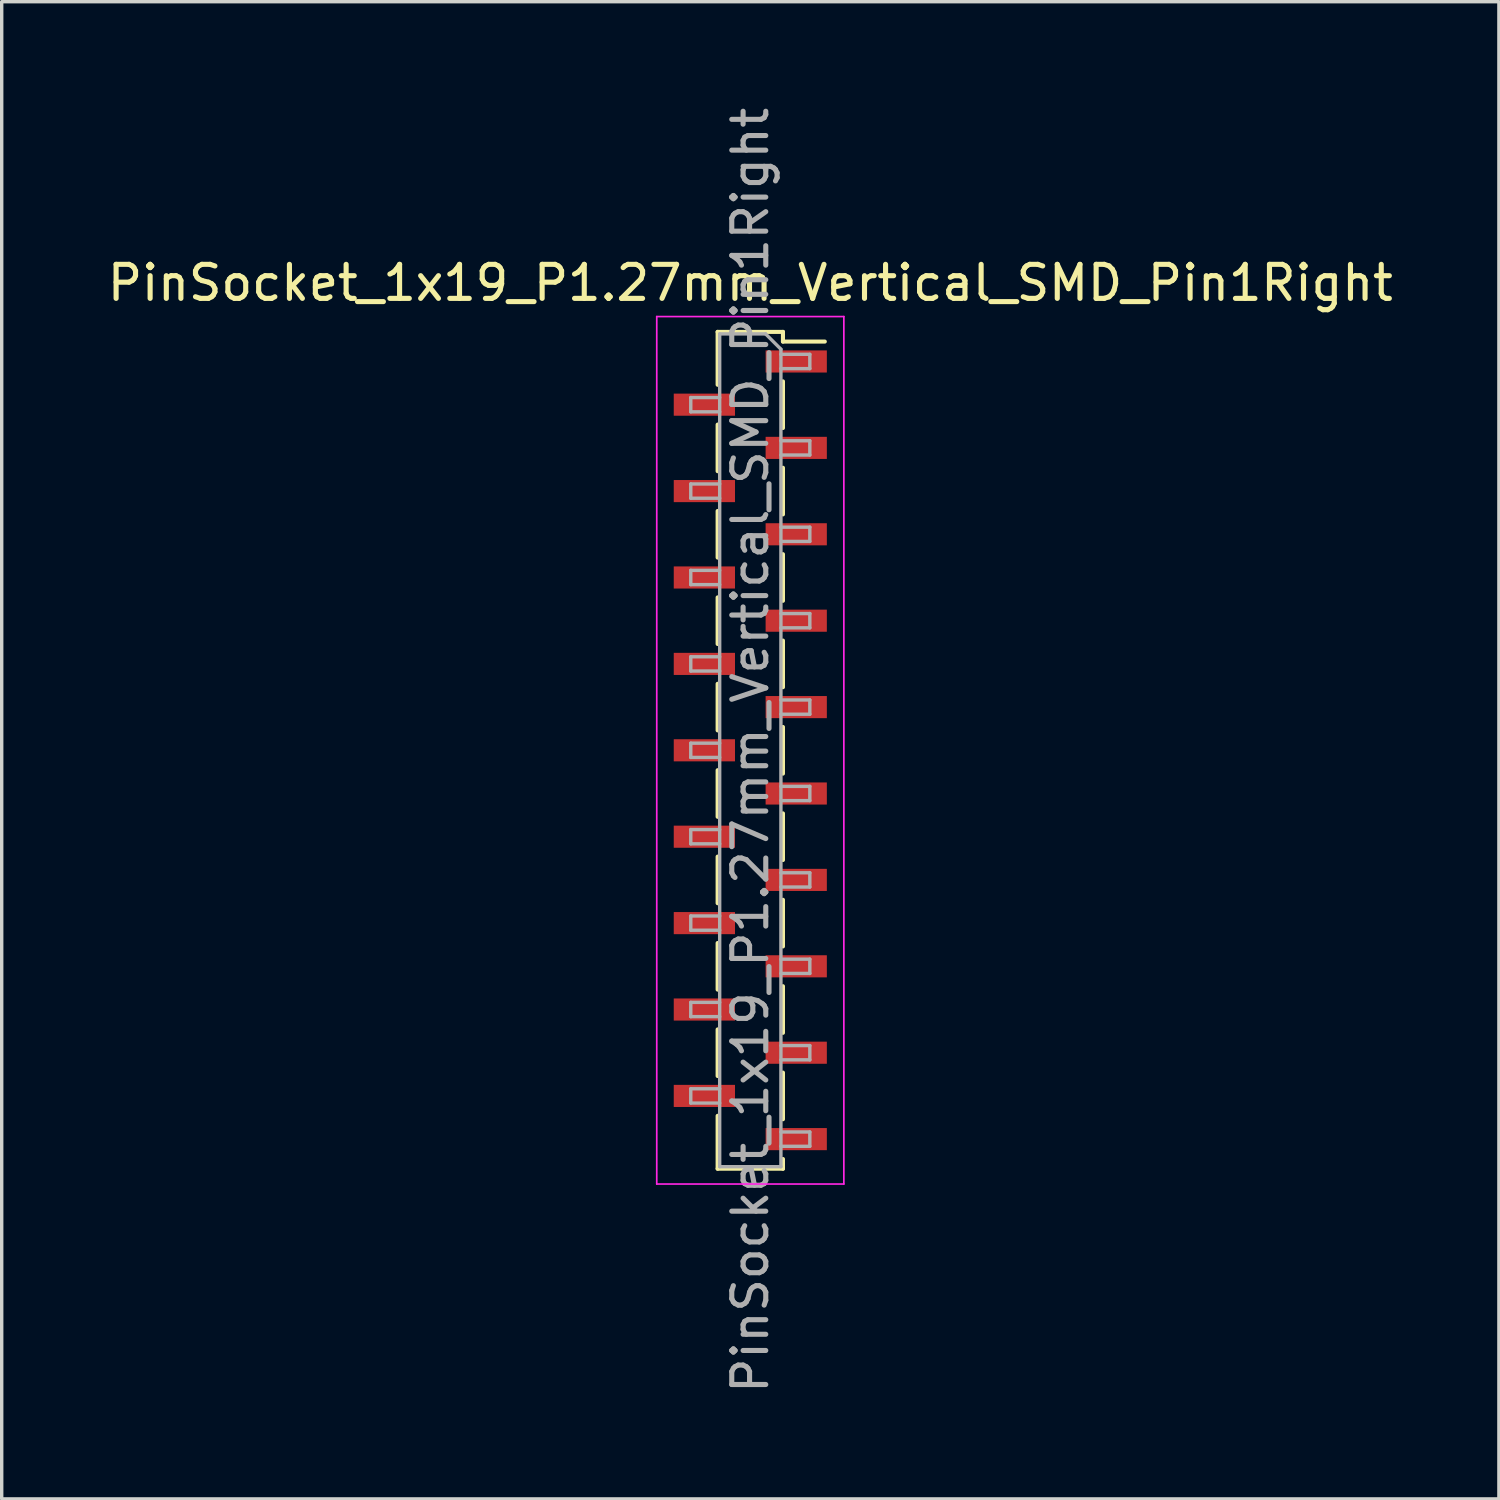
<source format=kicad_pcb>
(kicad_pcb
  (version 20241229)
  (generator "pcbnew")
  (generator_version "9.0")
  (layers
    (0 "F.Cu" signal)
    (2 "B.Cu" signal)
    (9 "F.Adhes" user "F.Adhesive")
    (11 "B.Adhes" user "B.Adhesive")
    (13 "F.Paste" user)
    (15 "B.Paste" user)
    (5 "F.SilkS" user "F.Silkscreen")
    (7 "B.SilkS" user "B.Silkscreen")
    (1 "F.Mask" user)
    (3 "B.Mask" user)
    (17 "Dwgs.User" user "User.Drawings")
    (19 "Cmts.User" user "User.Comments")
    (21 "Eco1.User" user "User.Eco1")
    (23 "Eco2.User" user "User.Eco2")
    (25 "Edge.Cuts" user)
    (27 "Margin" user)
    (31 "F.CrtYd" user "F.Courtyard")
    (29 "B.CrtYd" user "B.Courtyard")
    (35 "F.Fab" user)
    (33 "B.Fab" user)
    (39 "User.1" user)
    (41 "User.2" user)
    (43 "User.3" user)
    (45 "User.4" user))
  (footprint "PinSocket_1x19_P1.27mm_Vertical_SMD_Pin1Right"
    (layer "F.Cu")
    (at 19.006 19.006)
    (property "Reference" "PinSocket_1x19_P1.27mm_Vertical_SMD_Pin1Right" (at 0 -13.74 0) (layer "F.SilkS") (effects (font (size 1 1) (thickness 0.15))))
    (attr smd)
    (fp_line (start -0.96 -12.3) (end -0.96 -10.745) (stroke (width 0.12) (type solid)) (layer "F.SilkS"))
    (fp_line (start -0.96 -12.3) (end 0.96 -12.3) (stroke (width 0.12) (type solid)) (layer "F.SilkS"))
    (fp_line (start -0.96 -9.575) (end -0.96 -8.205) (stroke (width 0.12) (type solid)) (layer "F.SilkS"))
    (fp_line (start -0.96 -7.035) (end -0.96 -5.665) (stroke (width 0.12) (type solid)) (layer "F.SilkS"))
    (fp_line (start -0.96 -4.495) (end -0.96 -3.125) (stroke (width 0.12) (type solid)) (layer "F.SilkS"))
    (fp_line (start -0.96 -1.955) (end -0.96 -0.585) (stroke (width 0.12) (type solid)) (layer "F.SilkS"))
    (fp_line (start -0.96 0.585) (end -0.96 1.955) (stroke (width 0.12) (type solid)) (layer "F.SilkS"))
    (fp_line (start -0.96 3.125) (end -0.96 4.495) (stroke (width 0.12) (type solid)) (layer "F.SilkS"))
    (fp_line (start -0.96 5.665) (end -0.96 7.035) (stroke (width 0.12) (type solid)) (layer "F.SilkS"))
    (fp_line (start -0.96 8.205) (end -0.96 9.575) (stroke (width 0.12) (type solid)) (layer "F.SilkS"))
    (fp_line (start -0.96 10.745) (end -0.96 12.3) (stroke (width 0.12) (type solid)) (layer "F.SilkS"))
    (fp_line (start -0.96 12.3) (end 0.96 12.3) (stroke (width 0.12) (type solid)) (layer "F.SilkS"))
    (fp_line (start 0.96 -12.3) (end 0.96 -12.015) (stroke (width 0.12) (type solid)) (layer "F.SilkS"))
    (fp_line (start 0.96 -12.015) (end 2.19 -12.015) (stroke (width 0.12) (type solid)) (layer "F.SilkS"))
    (fp_line (start 0.96 -10.845) (end 0.96 -9.475) (stroke (width 0.12) (type solid)) (layer "F.SilkS"))
    (fp_line (start 0.96 -8.305) (end 0.96 -6.935) (stroke (width 0.12) (type solid)) (layer "F.SilkS"))
    (fp_line (start 0.96 -5.765) (end 0.96 -4.395) (stroke (width 0.12) (type solid)) (layer "F.SilkS"))
    (fp_line (start 0.96 -3.225) (end 0.96 -1.855) (stroke (width 0.12) (type solid)) (layer "F.SilkS"))
    (fp_line (start 0.96 -0.685) (end 0.96 0.685) (stroke (width 0.12) (type solid)) (layer "F.SilkS"))
    (fp_line (start 0.96 1.855) (end 0.96 3.225) (stroke (width 0.12) (type solid)) (layer "F.SilkS"))
    (fp_line (start 0.96 4.395) (end 0.96 5.765) (stroke (width 0.12) (type solid)) (layer "F.SilkS"))
    (fp_line (start 0.96 6.935) (end 0.96 8.305) (stroke (width 0.12) (type solid)) (layer "F.SilkS"))
    (fp_line (start 0.96 9.475) (end 0.96 10.845) (stroke (width 0.12) (type solid)) (layer "F.SilkS"))
    (fp_line (start 0.96 12.015) (end 0.96 12.3) (stroke (width 0.12) (type solid)) (layer "F.SilkS"))
    (fp_line (start -2.75 -12.75) (end 2.75 -12.75) (stroke (width 0.05) (type solid)) (layer "F.CrtYd"))
    (fp_line (start -2.75 12.75) (end -2.75 -12.75) (stroke (width 0.05) (type solid)) (layer "F.CrtYd"))
    (fp_line (start 2.75 -12.75) (end 2.75 12.75) (stroke (width 0.05) (type solid)) (layer "F.CrtYd"))
    (fp_line (start 2.75 12.75) (end -2.75 12.75) (stroke (width 0.05) (type solid)) (layer "F.CrtYd"))
    (fp_line (start -1.75 -10.37) (end -0.9 -10.37) (stroke (width 0.1) (type solid)) (layer "F.Fab"))
    (fp_line (start -1.75 -9.95) (end -1.75 -10.37) (stroke (width 0.1) (type solid)) (layer "F.Fab"))
    (fp_line (start -1.75 -7.83) (end -0.9 -7.83) (stroke (width 0.1) (type solid)) (layer "F.Fab"))
    (fp_line (start -1.75 -7.41) (end -1.75 -7.83) (stroke (width 0.1) (type solid)) (layer "F.Fab"))
    (fp_line (start -1.75 -5.29) (end -0.9 -5.29) (stroke (width 0.1) (type solid)) (layer "F.Fab"))
    (fp_line (start -1.75 -4.87) (end -1.75 -5.29) (stroke (width 0.1) (type solid)) (layer "F.Fab"))
    (fp_line (start -1.75 -2.75) (end -0.9 -2.75) (stroke (width 0.1) (type solid)) (layer "F.Fab"))
    (fp_line (start -1.75 -2.33) (end -1.75 -2.75) (stroke (width 0.1) (type solid)) (layer "F.Fab"))
    (fp_line (start -1.75 -0.21) (end -0.9 -0.21) (stroke (width 0.1) (type solid)) (layer "F.Fab"))
    (fp_line (start -1.75 0.21) (end -1.75 -0.21) (stroke (width 0.1) (type solid)) (layer "F.Fab"))
    (fp_line (start -1.75 2.33) (end -0.9 2.33) (stroke (width 0.1) (type solid)) (layer "F.Fab"))
    (fp_line (start -1.75 2.75) (end -1.75 2.33) (stroke (width 0.1) (type solid)) (layer "F.Fab"))
    (fp_line (start -1.75 4.87) (end -0.9 4.87) (stroke (width 0.1) (type solid)) (layer "F.Fab"))
    (fp_line (start -1.75 5.29) (end -1.75 4.87) (stroke (width 0.1) (type solid)) (layer "F.Fab"))
    (fp_line (start -1.75 7.41) (end -0.9 7.41) (stroke (width 0.1) (type solid)) (layer "F.Fab"))
    (fp_line (start -1.75 7.83) (end -1.75 7.41) (stroke (width 0.1) (type solid)) (layer "F.Fab"))
    (fp_line (start -1.75 9.95) (end -0.9 9.95) (stroke (width 0.1) (type solid)) (layer "F.Fab"))
    (fp_line (start -1.75 10.37) (end -1.75 9.95) (stroke (width 0.1) (type solid)) (layer "F.Fab"))
    (fp_line (start -0.9 -12.24) (end 0.45 -12.24) (stroke (width 0.1) (type solid)) (layer "F.Fab"))
    (fp_line (start -0.9 -9.95) (end -1.75 -9.95) (stroke (width 0.1) (type solid)) (layer "F.Fab"))
    (fp_line (start -0.9 -7.41) (end -1.75 -7.41) (stroke (width 0.1) (type solid)) (layer "F.Fab"))
    (fp_line (start -0.9 -4.87) (end -1.75 -4.87) (stroke (width 0.1) (type solid)) (layer "F.Fab"))
    (fp_line (start -0.9 -2.33) (end -1.75 -2.33) (stroke (width 0.1) (type solid)) (layer "F.Fab"))
    (fp_line (start -0.9 0.21) (end -1.75 0.21) (stroke (width 0.1) (type solid)) (layer "F.Fab"))
    (fp_line (start -0.9 2.75) (end -1.75 2.75) (stroke (width 0.1) (type solid)) (layer "F.Fab"))
    (fp_line (start -0.9 5.29) (end -1.75 5.29) (stroke (width 0.1) (type solid)) (layer "F.Fab"))
    (fp_line (start -0.9 7.83) (end -1.75 7.83) (stroke (width 0.1) (type solid)) (layer "F.Fab"))
    (fp_line (start -0.9 10.37) (end -1.75 10.37) (stroke (width 0.1) (type solid)) (layer "F.Fab"))
    (fp_line (start -0.9 12.24) (end -0.9 -12.24) (stroke (width 0.1) (type solid)) (layer "F.Fab"))
    (fp_line (start 0.45 -12.24) (end 0.9 -11.79) (stroke (width 0.1) (type solid)) (layer "F.Fab"))
    (fp_line (start 0.9 -11.79) (end 0.9 12.24) (stroke (width 0.1) (type solid)) (layer "F.Fab"))
    (fp_line (start 0.9 -11.64) (end 1.75 -11.64) (stroke (width 0.1) (type solid)) (layer "F.Fab"))
    (fp_line (start 0.9 -9.1) (end 1.75 -9.1) (stroke (width 0.1) (type solid)) (layer "F.Fab"))
    (fp_line (start 0.9 -6.56) (end 1.75 -6.56) (stroke (width 0.1) (type solid)) (layer "F.Fab"))
    (fp_line (start 0.9 -4.02) (end 1.75 -4.02) (stroke (width 0.1) (type solid)) (layer "F.Fab"))
    (fp_line (start 0.9 -1.48) (end 1.75 -1.48) (stroke (width 0.1) (type solid)) (layer "F.Fab"))
    (fp_line (start 0.9 1.06) (end 1.75 1.06) (stroke (width 0.1) (type solid)) (layer "F.Fab"))
    (fp_line (start 0.9 3.6) (end 1.75 3.6) (stroke (width 0.1) (type solid)) (layer "F.Fab"))
    (fp_line (start 0.9 6.14) (end 1.75 6.14) (stroke (width 0.1) (type solid)) (layer "F.Fab"))
    (fp_line (start 0.9 8.68) (end 1.75 8.68) (stroke (width 0.1) (type solid)) (layer "F.Fab"))
    (fp_line (start 0.9 11.22) (end 1.75 11.22) (stroke (width 0.1) (type solid)) (layer "F.Fab"))
    (fp_line (start 0.9 12.24) (end -0.9 12.24) (stroke (width 0.1) (type solid)) (layer "F.Fab"))
    (fp_line (start 1.75 -11.64) (end 1.75 -11.22) (stroke (width 0.1) (type solid)) (layer "F.Fab"))
    (fp_line (start 1.75 -11.22) (end 0.9 -11.22) (stroke (width 0.1) (type solid)) (layer "F.Fab"))
    (fp_line (start 1.75 -9.1) (end 1.75 -8.68) (stroke (width 0.1) (type solid)) (layer "F.Fab"))
    (fp_line (start 1.75 -8.68) (end 0.9 -8.68) (stroke (width 0.1) (type solid)) (layer "F.Fab"))
    (fp_line (start 1.75 -6.56) (end 1.75 -6.14) (stroke (width 0.1) (type solid)) (layer "F.Fab"))
    (fp_line (start 1.75 -6.14) (end 0.9 -6.14) (stroke (width 0.1) (type solid)) (layer "F.Fab"))
    (fp_line (start 1.75 -4.02) (end 1.75 -3.6) (stroke (width 0.1) (type solid)) (layer "F.Fab"))
    (fp_line (start 1.75 -3.6) (end 0.9 -3.6) (stroke (width 0.1) (type solid)) (layer "F.Fab"))
    (fp_line (start 1.75 -1.48) (end 1.75 -1.06) (stroke (width 0.1) (type solid)) (layer "F.Fab"))
    (fp_line (start 1.75 -1.06) (end 0.9 -1.06) (stroke (width 0.1) (type solid)) (layer "F.Fab"))
    (fp_line (start 1.75 1.06) (end 1.75 1.48) (stroke (width 0.1) (type solid)) (layer "F.Fab"))
    (fp_line (start 1.75 1.48) (end 0.9 1.48) (stroke (width 0.1) (type solid)) (layer "F.Fab"))
    (fp_line (start 1.75 3.6) (end 1.75 4.02) (stroke (width 0.1) (type solid)) (layer "F.Fab"))
    (fp_line (start 1.75 4.02) (end 0.9 4.02) (stroke (width 0.1) (type solid)) (layer "F.Fab"))
    (fp_line (start 1.75 6.14) (end 1.75 6.56) (stroke (width 0.1) (type solid)) (layer "F.Fab"))
    (fp_line (start 1.75 6.56) (end 0.9 6.56) (stroke (width 0.1) (type solid)) (layer "F.Fab"))
    (fp_line (start 1.75 8.68) (end 1.75 9.1) (stroke (width 0.1) (type solid)) (layer "F.Fab"))
    (fp_line (start 1.75 9.1) (end 0.9 9.1) (stroke (width 0.1) (type solid)) (layer "F.Fab"))
    (fp_line (start 1.75 11.22) (end 1.75 11.64) (stroke (width 0.1) (type solid)) (layer "F.Fab"))
    (fp_line (start 1.75 11.64) (end 0.9 11.64) (stroke (width 0.1) (type solid)) (layer "F.Fab"))
    (fp_text user "${REFERENCE}" (at 0 0 90) (layer "F.Fab") (effects (font (size 1 1) (thickness 0.15))))
    (pad "1" smd rect (at 1.35 -11.43) (size 1.8 0.65) (layers "F.Cu" "F.Mask" "F.Paste"))
    (pad "2" smd rect (at -1.35 -10.16) (size 1.8 0.65) (layers "F.Cu" "F.Mask" "F.Paste"))
    (pad "3" smd rect (at 1.35 -8.89) (size 1.8 0.65) (layers "F.Cu" "F.Mask" "F.Paste"))
    (pad "4" smd rect (at -1.35 -7.62) (size 1.8 0.65) (layers "F.Cu" "F.Mask" "F.Paste"))
    (pad "5" smd rect (at 1.35 -6.35) (size 1.8 0.65) (layers "F.Cu" "F.Mask" "F.Paste"))
    (pad "6" smd rect (at -1.35 -5.08) (size 1.8 0.65) (layers "F.Cu" "F.Mask" "F.Paste"))
    (pad "7" smd rect (at 1.35 -3.81) (size 1.8 0.65) (layers "F.Cu" "F.Mask" "F.Paste"))
    (pad "8" smd rect (at -1.35 -2.54) (size 1.8 0.65) (layers "F.Cu" "F.Mask" "F.Paste"))
    (pad "9" smd rect (at 1.35 -1.27) (size 1.8 0.65) (layers "F.Cu" "F.Mask" "F.Paste"))
    (pad "10" smd rect (at -1.35 0) (size 1.8 0.65) (layers "F.Cu" "F.Mask" "F.Paste"))
    (pad "11" smd rect (at 1.35 1.27) (size 1.8 0.65) (layers "F.Cu" "F.Mask" "F.Paste"))
    (pad "12" smd rect (at -1.35 2.54) (size 1.8 0.65) (layers "F.Cu" "F.Mask" "F.Paste"))
    (pad "13" smd rect (at 1.35 3.81) (size 1.8 0.65) (layers "F.Cu" "F.Mask" "F.Paste"))
    (pad "14" smd rect (at -1.35 5.08) (size 1.8 0.65) (layers "F.Cu" "F.Mask" "F.Paste"))
    (pad "15" smd rect (at 1.35 6.35) (size 1.8 0.65) (layers "F.Cu" "F.Mask" "F.Paste"))
    (pad "16" smd rect (at -1.35 7.62) (size 1.8 0.65) (layers "F.Cu" "F.Mask" "F.Paste"))
    (pad "17" smd rect (at 1.35 8.89) (size 1.8 0.65) (layers "F.Cu" "F.Mask" "F.Paste"))
    (pad "18" smd rect (at -1.35 10.16) (size 1.8 0.65) (layers "F.Cu" "F.Mask" "F.Paste"))
    (pad "19" smd rect (at 1.35 11.43) (size 1.8 0.65) (layers "F.Cu" "F.Mask" "F.Paste")))
  (gr_rect
    (start -3 -3)
    (end 41.012 41.012)
    (stroke (width 0.1) (type default))
    (fill no)
    (layer "Edge.Cuts")))
</source>
